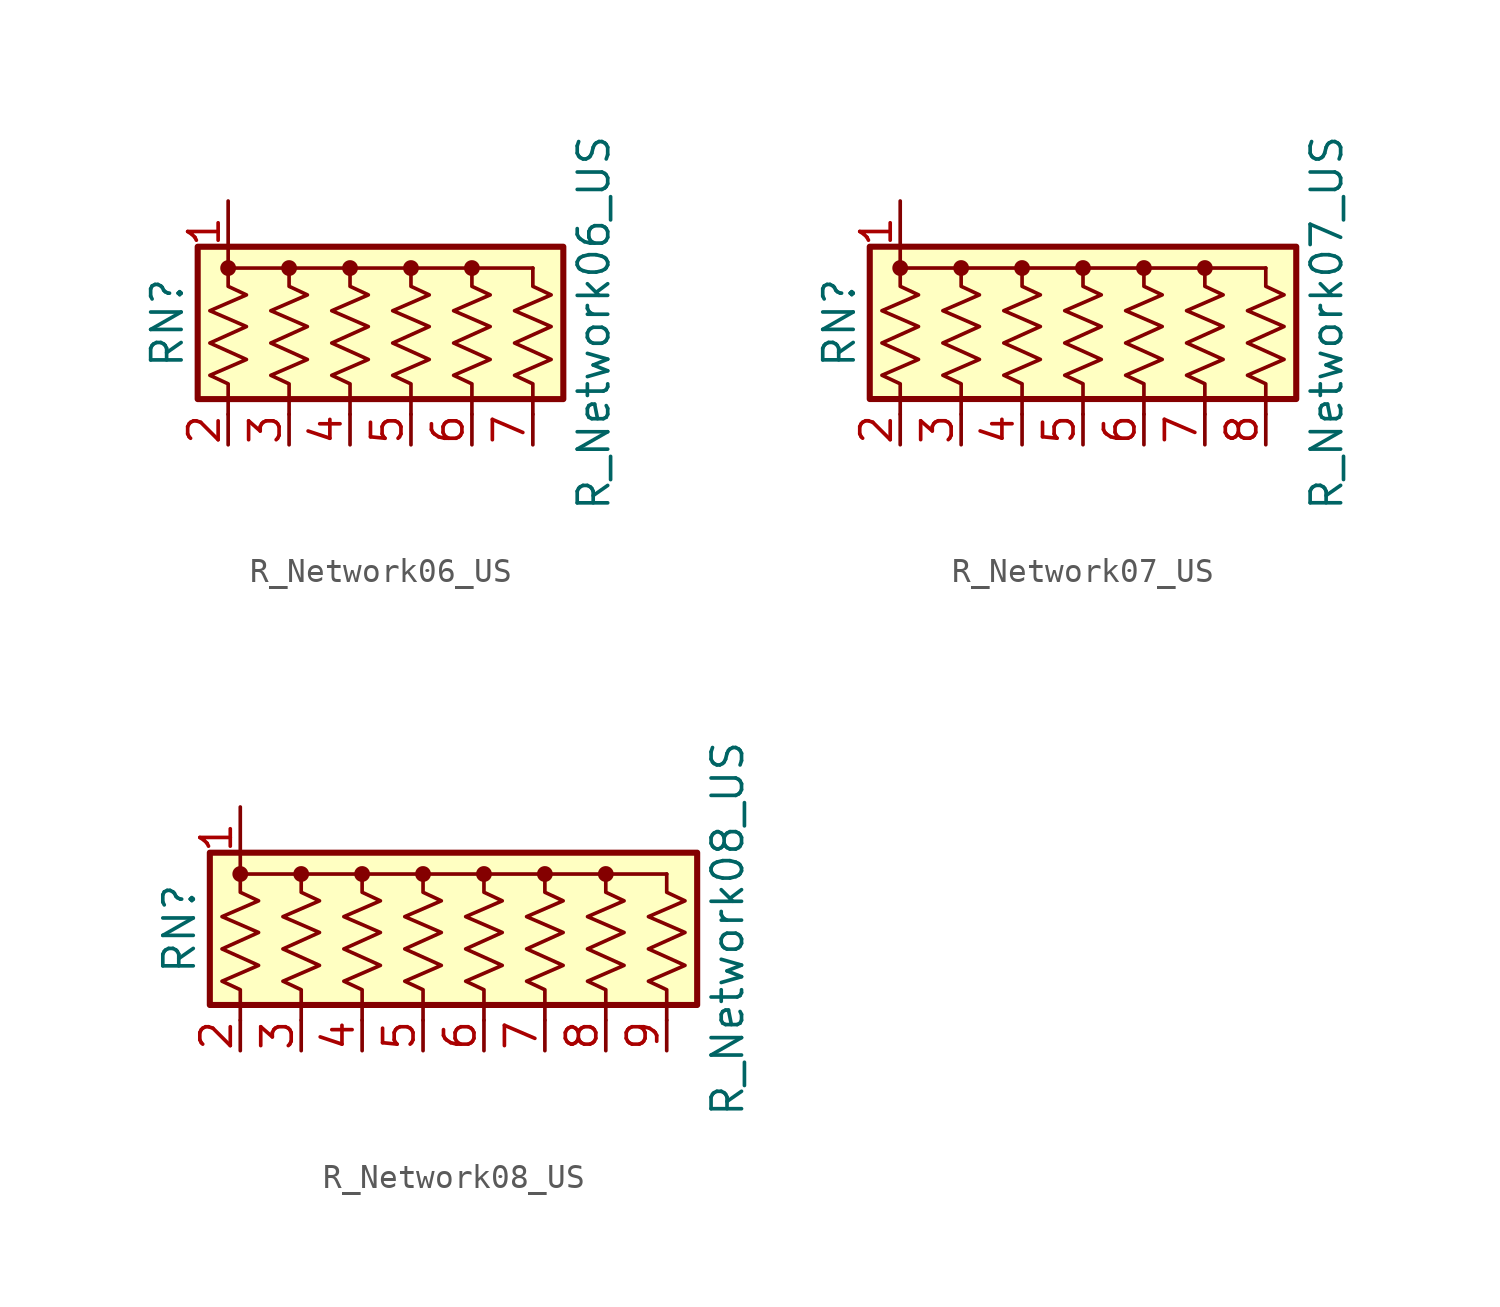
<source format=kicad_sym>
(kicad_symbol_lib
  (version 20220914)
  (generator kicad_symbol_editor)
  (symbol "R_Network06_US"
    (pin_names
      (offset 0) hide)
    (property "Reference" "RN"
      (at -10.16 0 90)
      (effects (font (size 1.27 1.27))))
    (property "Value" "R_Network06_US"
      (at 7.62 0 90)
      (effects (font (size 1.27 1.27))))
    (symbol "R_Network06_US_0_1"
      (rectangle (start -8.89 -3.175) (end 6.35 3.175) (stroke (width 0.254) (type default)) (fill (type background)))
      (circle (center -7.62 2.286) (radius 0.254) (stroke (width 0) (type default)) (fill (type outline)))
      (circle (center -5.08 2.286) (radius 0.254) (stroke (width 0) (type default)) (fill (type outline)))
      (circle (center -2.54 2.286) (radius 0.254) (stroke (width 0) (type default)) (fill (type outline)))
      (polyline (pts (xy -7.62 2.286) (xy 5.08 2.286)) (stroke (width 0) (type default)) (fill (type none)))
      (polyline (pts (xy -7.62 2.286) (xy -7.62 1.524) (xy -6.858 1.168) (xy -8.382 0.508) (xy -6.858 -0.152) (xy -8.382 -0.838) (xy -6.858 -1.524) (xy -8.382 -2.184) (xy -7.62 -2.54) (xy -7.62 -3.81)) (stroke (width 0) (type default)) (fill (type none)))
      (polyline (pts (xy -5.08 2.286) (xy -5.08 1.524) (xy -4.318 1.168) (xy -5.842 0.508) (xy -4.318 -0.152) (xy -5.842 -0.838) (xy -4.318 -1.524) (xy -5.842 -2.184) (xy -5.08 -2.54) (xy -5.08 -3.81)) (stroke (width 0) (type default)) (fill (type none)))
      (polyline (pts (xy -2.54 2.286) (xy -2.54 1.524) (xy -1.778 1.168) (xy -3.302 0.508) (xy -1.778 -0.152) (xy -3.302 -0.838) (xy -1.778 -1.524) (xy -3.302 -2.184) (xy -2.54 -2.54) (xy -2.54 -3.81)) (stroke (width 0) (type default)) (fill (type none)))
      (polyline (pts (xy 0 2.286) (xy 0 1.524) (xy 0.762 1.168) (xy -0.762 0.508) (xy 0.762 -0.152) (xy -0.762 -0.838) (xy 0.762 -1.524) (xy -0.762 -2.184) (xy 0 -2.54) (xy 0 -3.81)) (stroke (width 0) (type default)) (fill (type none)))
      (polyline (pts (xy 2.54 2.286) (xy 2.54 1.524) (xy 3.302 1.168) (xy 1.778 0.508) (xy 3.302 -0.152) (xy 1.778 -0.838) (xy 3.302 -1.524) (xy 1.778 -2.184) (xy 2.54 -2.54) (xy 2.54 -3.81)) (stroke (width 0) (type default)) (fill (type none)))
      (polyline (pts (xy 5.08 2.286) (xy 5.08 1.524) (xy 5.842 1.168) (xy 4.318 0.508) (xy 5.842 -0.152) (xy 4.318 -0.838) (xy 5.842 -1.524) (xy 4.318 -2.184) (xy 5.08 -2.54) (xy 5.08 -3.81)) (stroke (width 0) (type default)) (fill (type none)))
      (circle (center 0 2.286) (radius 0.254) (stroke (width 0) (type default)) (fill (type outline)))
      (circle (center 2.54 2.286) (radius 0.254) (stroke (width 0) (type default)) (fill (type outline))))
    (symbol "R_Network06_US_1_1"
      (pin passive line (at -7.62 5.08 270) (length 2.54) (name "common" (effects (font (size 1.27 1.27)))) (number "1" (effects (font (size 1.27 1.27)))))
      (pin passive line (at -7.62 -5.08 90) (length 1.27) (name "R1" (effects (font (size 1.27 1.27)))) (number "2" (effects (font (size 1.27 1.27)))))
      (pin passive line (at -5.08 -5.08 90) (length 1.27) (name "R2" (effects (font (size 1.27 1.27)))) (number "3" (effects (font (size 1.27 1.27)))))
      (pin passive line (at -2.54 -5.08 90) (length 1.27) (name "R3" (effects (font (size 1.27 1.27)))) (number "4" (effects (font (size 1.27 1.27)))))
      (pin passive line (at 0 -5.08 90) (length 1.27) (name "R4" (effects (font (size 1.27 1.27)))) (number "5" (effects (font (size 1.27 1.27)))))
      (pin passive line (at 2.54 -5.08 90) (length 1.27) (name "R5" (effects (font (size 1.27 1.27)))) (number "6" (effects (font (size 1.27 1.27)))))
      (pin passive line (at 5.08 -5.08 90) (length 1.27) (name "R6" (effects (font (size 1.27 1.27)))) (number "7" (effects (font (size 1.27 1.27)))))))
  (symbol "R_Network07_US"
    (pin_names
      (offset 0) hide)
    (property "Reference" "RN"
      (at -10.16 0 90)
      (effects (font (size 1.27 1.27))))
    (property "Value" "R_Network07_US"
      (at 10.16 0 90)
      (effects (font (size 1.27 1.27))))
    (symbol "R_Network07_US_0_1"
      (rectangle (start -8.89 -3.175) (end 8.89 3.175) (stroke (width 0.254) (type default)) (fill (type background)))
      (circle (center -7.62 2.286) (radius 0.254) (stroke (width 0) (type default)) (fill (type outline)))
      (circle (center -5.08 2.286) (radius 0.254) (stroke (width 0) (type default)) (fill (type outline)))
      (circle (center -2.54 2.286) (radius 0.254) (stroke (width 0) (type default)) (fill (type outline)))
      (polyline (pts (xy -7.62 2.286) (xy 7.62 2.286)) (stroke (width 0) (type default)) (fill (type none)))
      (polyline (pts (xy -7.62 2.286) (xy -7.62 1.524) (xy -6.858 1.168) (xy -8.382 0.508) (xy -6.858 -0.152) (xy -8.382 -0.838) (xy -6.858 -1.524) (xy -8.382 -2.184) (xy -7.62 -2.54) (xy -7.62 -3.81)) (stroke (width 0) (type default)) (fill (type none)))
      (polyline (pts (xy -5.08 2.286) (xy -5.08 1.524) (xy -4.318 1.168) (xy -5.842 0.508) (xy -4.318 -0.152) (xy -5.842 -0.838) (xy -4.318 -1.524) (xy -5.842 -2.184) (xy -5.08 -2.54) (xy -5.08 -3.81)) (stroke (width 0) (type default)) (fill (type none)))
      (polyline (pts (xy -2.54 2.286) (xy -2.54 1.524) (xy -1.778 1.168) (xy -3.302 0.508) (xy -1.778 -0.152) (xy -3.302 -0.838) (xy -1.778 -1.524) (xy -3.302 -2.184) (xy -2.54 -2.54) (xy -2.54 -3.81)) (stroke (width 0) (type default)) (fill (type none)))
      (polyline (pts (xy 0 2.286) (xy 0 1.524) (xy 0.762 1.168) (xy -0.762 0.508) (xy 0.762 -0.152) (xy -0.762 -0.838) (xy 0.762 -1.524) (xy -0.762 -2.184) (xy 0 -2.54) (xy 0 -3.81)) (stroke (width 0) (type default)) (fill (type none)))
      (polyline (pts (xy 2.54 2.286) (xy 2.54 1.524) (xy 3.302 1.168) (xy 1.778 0.508) (xy 3.302 -0.152) (xy 1.778 -0.838) (xy 3.302 -1.524) (xy 1.778 -2.184) (xy 2.54 -2.54) (xy 2.54 -3.81)) (stroke (width 0) (type default)) (fill (type none)))
      (polyline (pts (xy 5.08 2.286) (xy 5.08 1.524) (xy 5.842 1.168) (xy 4.318 0.508) (xy 5.842 -0.152) (xy 4.318 -0.838) (xy 5.842 -1.524) (xy 4.318 -2.184) (xy 5.08 -2.54) (xy 5.08 -3.81)) (stroke (width 0) (type default)) (fill (type none)))
      (polyline (pts (xy 7.62 2.286) (xy 7.62 1.524) (xy 8.382 1.168) (xy 6.858 0.508) (xy 8.382 -0.152) (xy 6.858 -0.838) (xy 8.382 -1.524) (xy 6.858 -2.184) (xy 7.62 -2.54) (xy 7.62 -3.81)) (stroke (width 0) (type default)) (fill (type none)))
      (circle (center 0 2.286) (radius 0.254) (stroke (width 0) (type default)) (fill (type outline)))
      (circle (center 2.54 2.286) (radius 0.254) (stroke (width 0) (type default)) (fill (type outline)))
      (circle (center 5.08 2.286) (radius 0.254) (stroke (width 0) (type default)) (fill (type outline))))
    (symbol "R_Network07_US_1_1"
      (pin passive line (at -7.62 5.08 270) (length 2.54) (name "common" (effects (font (size 1.27 1.27)))) (number "1" (effects (font (size 1.27 1.27)))))
      (pin passive line (at -7.62 -5.08 90) (length 1.27) (name "R1" (effects (font (size 1.27 1.27)))) (number "2" (effects (font (size 1.27 1.27)))))
      (pin passive line (at -5.08 -5.08 90) (length 1.27) (name "R2" (effects (font (size 1.27 1.27)))) (number "3" (effects (font (size 1.27 1.27)))))
      (pin passive line (at -2.54 -5.08 90) (length 1.27) (name "R3" (effects (font (size 1.27 1.27)))) (number "4" (effects (font (size 1.27 1.27)))))
      (pin passive line (at 0 -5.08 90) (length 1.27) (name "R4" (effects (font (size 1.27 1.27)))) (number "5" (effects (font (size 1.27 1.27)))))
      (pin passive line (at 2.54 -5.08 90) (length 1.27) (name "R5" (effects (font (size 1.27 1.27)))) (number "6" (effects (font (size 1.27 1.27)))))
      (pin passive line (at 5.08 -5.08 90) (length 1.27) (name "R6" (effects (font (size 1.27 1.27)))) (number "7" (effects (font (size 1.27 1.27)))))
      (pin passive line (at 7.62 -5.08 90) (length 1.27) (name "R7" (effects (font (size 1.27 1.27)))) (number "8" (effects (font (size 1.27 1.27)))))))
  (symbol "R_Network08_US"
    (pin_names
      (offset 0) hide)
    (property "Reference" "RN"
      (at -12.7 0 90)
      (effects (font (size 1.27 1.27))))
    (property "Value" "R_Network08_US"
      (at 10.16 0 90)
      (effects (font (size 1.27 1.27))))
    (symbol "R_Network08_US_0_1"
      (rectangle (start -11.43 -3.175) (end 8.89 3.175) (stroke (width 0.254) (type default)) (fill (type background)))
      (circle (center -10.16 2.286) (radius 0.254) (stroke (width 0) (type default)) (fill (type outline)))
      (circle (center -7.62 2.286) (radius 0.254) (stroke (width 0) (type default)) (fill (type outline)))
      (circle (center -5.08 2.286) (radius 0.254) (stroke (width 0) (type default)) (fill (type outline)))
      (circle (center -2.54 2.286) (radius 0.254) (stroke (width 0) (type default)) (fill (type outline)))
      (polyline (pts (xy -10.16 2.286) (xy 7.62 2.286)) (stroke (width 0) (type default)) (fill (type none)))
      (polyline (pts (xy -10.16 2.286) (xy -10.16 1.524) (xy -9.398 1.168) (xy -10.922 0.508) (xy -9.398 -0.152) (xy -10.922 -0.838) (xy -9.398 -1.524) (xy -10.922 -2.184) (xy -10.16 -2.54) (xy -10.16 -3.81)) (stroke (width 0) (type default)) (fill (type none)))
      (polyline (pts (xy -7.62 2.286) (xy -7.62 1.524) (xy -6.858 1.168) (xy -8.382 0.508) (xy -6.858 -0.152) (xy -8.382 -0.838) (xy -6.858 -1.524) (xy -8.382 -2.184) (xy -7.62 -2.54) (xy -7.62 -3.81)) (stroke (width 0) (type default)) (fill (type none)))
      (polyline (pts (xy -5.08 2.286) (xy -5.08 1.524) (xy -4.318 1.168) (xy -5.842 0.508) (xy -4.318 -0.152) (xy -5.842 -0.838) (xy -4.318 -1.524) (xy -5.842 -2.184) (xy -5.08 -2.54) (xy -5.08 -3.81)) (stroke (width 0) (type default)) (fill (type none)))
      (polyline (pts (xy -2.54 2.286) (xy -2.54 1.524) (xy -1.778 1.168) (xy -3.302 0.508) (xy -1.778 -0.152) (xy -3.302 -0.838) (xy -1.778 -1.524) (xy -3.302 -2.184) (xy -2.54 -2.54) (xy -2.54 -3.81)) (stroke (width 0) (type default)) (fill (type none)))
      (polyline (pts (xy 0 2.286) (xy 0 1.524) (xy 0.762 1.168) (xy -0.762 0.508) (xy 0.762 -0.152) (xy -0.762 -0.838) (xy 0.762 -1.524) (xy -0.762 -2.184) (xy 0 -2.54) (xy 0 -3.81)) (stroke (width 0) (type default)) (fill (type none)))
      (polyline (pts (xy 2.54 2.286) (xy 2.54 1.524) (xy 3.302 1.168) (xy 1.778 0.508) (xy 3.302 -0.152) (xy 1.778 -0.838) (xy 3.302 -1.524) (xy 1.778 -2.184) (xy 2.54 -2.54) (xy 2.54 -3.81)) (stroke (width 0) (type default)) (fill (type none)))
      (polyline (pts (xy 5.08 2.286) (xy 5.08 1.524) (xy 5.842 1.168) (xy 4.318 0.508) (xy 5.842 -0.152) (xy 4.318 -0.838) (xy 5.842 -1.524) (xy 4.318 -2.184) (xy 5.08 -2.54) (xy 5.08 -3.81)) (stroke (width 0) (type default)) (fill (type none)))
      (polyline (pts (xy 7.62 2.286) (xy 7.62 1.524) (xy 8.382 1.168) (xy 6.858 0.508) (xy 8.382 -0.152) (xy 6.858 -0.838) (xy 8.382 -1.524) (xy 6.858 -2.184) (xy 7.62 -2.54) (xy 7.62 -3.81)) (stroke (width 0) (type default)) (fill (type none)))
      (circle (center 0 2.286) (radius 0.254) (stroke (width 0) (type default)) (fill (type outline)))
      (circle (center 2.54 2.286) (radius 0.254) (stroke (width 0) (type default)) (fill (type outline)))
      (circle (center 5.08 2.286) (radius 0.254) (stroke (width 0) (type default)) (fill (type outline))))
    (symbol "R_Network08_US_1_1"
      (pin passive line (at -10.16 5.08 270) (length 2.54) (name "common" (effects (font (size 1.27 1.27)))) (number "1" (effects (font (size 1.27 1.27)))))
      (pin passive line (at -10.16 -5.08 90) (length 1.27) (name "R1" (effects (font (size 1.27 1.27)))) (number "2" (effects (font (size 1.27 1.27)))))
      (pin passive line (at -7.62 -5.08 90) (length 1.27) (name "R2" (effects (font (size 1.27 1.27)))) (number "3" (effects (font (size 1.27 1.27)))))
      (pin passive line (at -5.08 -5.08 90) (length 1.27) (name "R3" (effects (font (size 1.27 1.27)))) (number "4" (effects (font (size 1.27 1.27)))))
      (pin passive line (at -2.54 -5.08 90) (length 1.27) (name "R4" (effects (font (size 1.27 1.27)))) (number "5" (effects (font (size 1.27 1.27)))))
      (pin passive line (at 0 -5.08 90) (length 1.27) (name "R5" (effects (font (size 1.27 1.27)))) (number "6" (effects (font (size 1.27 1.27)))))
      (pin passive line (at 2.54 -5.08 90) (length 1.27) (name "R6" (effects (font (size 1.27 1.27)))) (number "7" (effects (font (size 1.27 1.27)))))
      (pin passive line (at 5.08 -5.08 90) (length 1.27) (name "R7" (effects (font (size 1.27 1.27)))) (number "8" (effects (font (size 1.27 1.27)))))
      (pin passive line (at 7.62 -5.08 90) (length 1.27) (name "R8" (effects (font (size 1.27 1.27)))) (number "9" (effects (font (size 1.27 1.27))))))))
</source>
